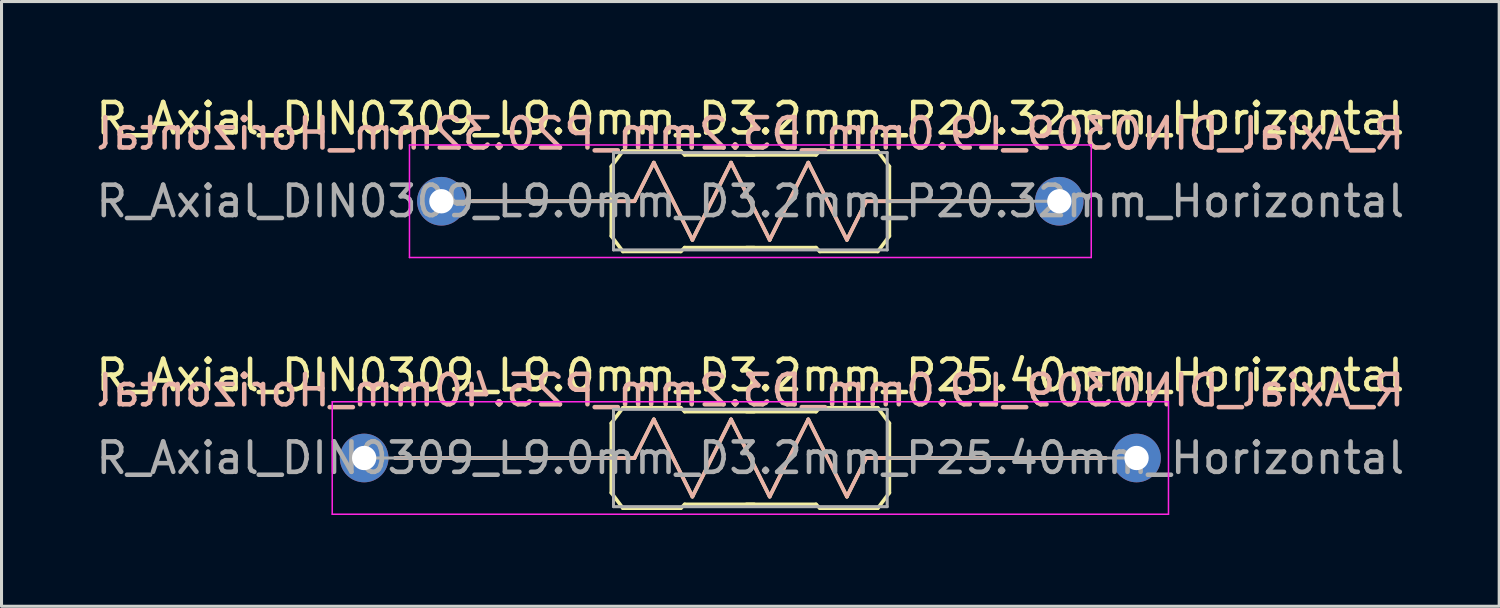
<source format=kicad_pcb>
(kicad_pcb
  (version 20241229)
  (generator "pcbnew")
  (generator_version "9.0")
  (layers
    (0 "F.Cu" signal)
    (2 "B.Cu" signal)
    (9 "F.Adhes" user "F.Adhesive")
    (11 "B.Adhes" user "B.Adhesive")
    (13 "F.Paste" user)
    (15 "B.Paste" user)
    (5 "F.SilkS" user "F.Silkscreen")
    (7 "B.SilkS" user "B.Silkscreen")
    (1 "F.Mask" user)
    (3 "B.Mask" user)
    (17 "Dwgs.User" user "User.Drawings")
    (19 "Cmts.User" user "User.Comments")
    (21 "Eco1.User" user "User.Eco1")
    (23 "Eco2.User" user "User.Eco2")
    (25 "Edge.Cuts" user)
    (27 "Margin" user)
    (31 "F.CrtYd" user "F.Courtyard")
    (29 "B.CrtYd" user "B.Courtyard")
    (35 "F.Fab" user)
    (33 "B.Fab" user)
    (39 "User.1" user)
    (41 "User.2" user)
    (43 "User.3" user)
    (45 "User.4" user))
  (footprint "R_Axial_DIN0309_L9.0mm_D3.2mm_P25.40mm_Horizontal"
    (layer "F.Cu")
    (at 8.925 12.011)
    (property "Reference" "R_Axial_DIN0309_L9.0mm_D3.2mm_P25.40mm_Horizontal" (at 12.7 -2.72 0) (layer "F.SilkS") (effects (font (size 1 1) (thickness 0.15))))
    (attr through_hole)
    (fp_line (start 8.128 -1.143) (end 8.509 -1.651) (stroke (width 0.12) (type solid)) (layer "F.SilkS"))
    (fp_line (start 8.128 0) (end 1.016 0) (stroke (width 0.12) (type solid)) (layer "F.SilkS"))
    (fp_line (start 8.128 1.143) (end 8.128 -1.143) (stroke (width 0.12) (type solid)) (layer "F.SilkS"))
    (fp_line (start 8.128 1.143) (end 8.509 1.651) (stroke (width 0.12) (type solid)) (layer "F.SilkS"))
    (fp_line (start 8.509 -1.651) (end 10.414 -1.651) (stroke (width 0.12) (type solid)) (layer "F.SilkS"))
    (fp_line (start 8.509 1.651) (end 10.414 1.651) (stroke (width 0.12) (type solid)) (layer "F.SilkS"))
    (fp_line (start 8.89 0) (end 8.128 0) (stroke (width 0.12) (type solid)) (layer "F.SilkS"))
    (fp_line (start 8.89 0) (end 9.525 -1.27) (stroke (width 0.12) (type solid)) (layer "F.SilkS"))
    (fp_line (start 9.525 -1.27) (end 10.795 1.27) (stroke (width 0.12) (type solid)) (layer "F.SilkS"))
    (fp_line (start 10.414 -1.651) (end 10.541 -1.524) (stroke (width 0.12) (type solid)) (layer "F.SilkS"))
    (fp_line (start 10.414 1.651) (end 10.541 1.524) (stroke (width 0.12) (type solid)) (layer "F.SilkS"))
    (fp_line (start 10.541 -1.524) (end 12.827 -1.524) (stroke (width 0.12) (type solid)) (layer "F.SilkS"))
    (fp_line (start 10.541 1.524) (end 12.827 1.524) (stroke (width 0.12) (type solid)) (layer "F.SilkS"))
    (fp_line (start 10.795 1.27) (end 12.065 -1.27) (stroke (width 0.12) (type solid)) (layer "F.SilkS"))
    (fp_line (start 12.065 -1.27) (end 13.335 1.27) (stroke (width 0.12) (type solid)) (layer "F.SilkS"))
    (fp_line (start 13.335 1.27) (end 14.605 -1.27) (stroke (width 0.12) (type solid)) (layer "F.SilkS"))
    (fp_line (start 14.605 -1.27) (end 15.875 1.27) (stroke (width 0.12) (type solid)) (layer "F.SilkS"))
    (fp_line (start 14.859 -1.524) (end 12.573 -1.524) (stroke (width 0.12) (type solid)) (layer "F.SilkS"))
    (fp_line (start 14.859 1.524) (end 12.573 1.524) (stroke (width 0.12) (type solid)) (layer "F.SilkS"))
    (fp_line (start 14.986 -1.651) (end 14.859 -1.524) (stroke (width 0.12) (type solid)) (layer "F.SilkS"))
    (fp_line (start 14.986 1.651) (end 14.859 1.524) (stroke (width 0.12) (type solid)) (layer "F.SilkS"))
    (fp_line (start 15.875 1.27) (end 16.51 0) (stroke (width 0.12) (type solid)) (layer "F.SilkS"))
    (fp_line (start 16.51 0) (end 17.272 0) (stroke (width 0.12) (type solid)) (layer "F.SilkS"))
    (fp_line (start 16.891 -1.651) (end 14.986 -1.651) (stroke (width 0.12) (type solid)) (layer "F.SilkS"))
    (fp_line (start 16.891 1.651) (end 14.986 1.651) (stroke (width 0.12) (type solid)) (layer "F.SilkS"))
    (fp_line (start 17.272 -1.143) (end 16.891 -1.651) (stroke (width 0.12) (type solid)) (layer "F.SilkS"))
    (fp_line (start 17.272 0) (end 24.384 0) (stroke (width 0.12) (type solid)) (layer "F.SilkS"))
    (fp_line (start 17.272 1.143) (end 16.891 1.651) (stroke (width 0.12) (type solid)) (layer "F.SilkS"))
    (fp_line (start 17.272 1.143) (end 17.272 -1.143) (stroke (width 0.12) (type solid)) (layer "F.SilkS"))
    (fp_line (start 1.016 0) (end 8.89 0) (stroke (width 0.12) (type solid)) (layer "B.SilkS"))
    (fp_line (start 8.89 0) (end 9.525 -1.27) (stroke (width 0.12) (type solid)) (layer "B.SilkS"))
    (fp_line (start 9.525 -1.27) (end 10.795 1.27) (stroke (width 0.12) (type solid)) (layer "B.SilkS"))
    (fp_line (start 10.795 1.27) (end 12.065 -1.27) (stroke (width 0.12) (type solid)) (layer "B.SilkS"))
    (fp_line (start 12.065 -1.27) (end 13.335 1.27) (stroke (width 0.12) (type solid)) (layer "B.SilkS"))
    (fp_line (start 13.335 1.27) (end 14.605 -1.27) (stroke (width 0.12) (type solid)) (layer "B.SilkS"))
    (fp_line (start 14.605 -1.27) (end 15.875 1.27) (stroke (width 0.12) (type solid)) (layer "B.SilkS"))
    (fp_line (start 15.875 1.27) (end 16.51 0) (stroke (width 0.12) (type solid)) (layer "B.SilkS"))
    (fp_line (start 16.51 0) (end 24.384 0) (stroke (width 0.12) (type solid)) (layer "B.SilkS"))
    (fp_line (start -1.05 -1.85) (end -1.05 1.85) (stroke (width 0.05) (type solid)) (layer "F.CrtYd"))
    (fp_line (start -1.05 1.85) (end 26.45 1.85) (stroke (width 0.05) (type solid)) (layer "F.CrtYd"))
    (fp_line (start 26.45 -1.85) (end -1.05 -1.85) (stroke (width 0.05) (type solid)) (layer "F.CrtYd"))
    (fp_line (start 26.45 1.85) (end 26.45 -1.85) (stroke (width 0.05) (type solid)) (layer "F.CrtYd"))
    (fp_line (start 0 0) (end 8.2 0) (stroke (width 0.1) (type solid)) (layer "F.Fab"))
    (fp_line (start 8.2 -1.6) (end 8.2 1.6) (stroke (width 0.1) (type solid)) (layer "F.Fab"))
    (fp_line (start 8.2 1.6) (end 17.2 1.6) (stroke (width 0.1) (type solid)) (layer "F.Fab"))
    (fp_line (start 17.2 -1.6) (end 8.2 -1.6) (stroke (width 0.1) (type solid)) (layer "F.Fab"))
    (fp_line (start 17.2 1.6) (end 17.2 -1.6) (stroke (width 0.1) (type solid)) (layer "F.Fab"))
    (fp_line (start 25.4 0) (end 17.2 0) (stroke (width 0.1) (type solid)) (layer "F.Fab"))
    (fp_text user "${REFERENCE}" (at 12.7 -2.223 0) (unlocked yes) (layer "B.SilkS") (effects (font (size 1 1) (thickness 0.15)) (justify mirror)))
    (fp_text user "${REFERENCE}" (at 12.7 0 0) (layer "F.Fab") (effects (font (size 1 1) (thickness 0.15))))
    (pad "1" thru_hole circle (at 0 0) (size 1.6 1.6) (drill 0.8) (layers "*.Cu" "*.Mask"))
    (pad "2" thru_hole oval (at 25.4 0) (size 1.6 1.6) (drill 0.8) (layers "*.Cu" "*.Mask")))
  (footprint "R_Axial_DIN0309_L9.0mm_D3.2mm_P20.32mm_Horizontal"
    (layer "F.Cu")
    (at 11.465 3.568)
    (property "Reference" "R_Axial_DIN0309_L9.0mm_D3.2mm_P20.32mm_Horizontal" (at 10.16 -2.72 0) (layer "F.SilkS") (effects (font (size 1 1) (thickness 0.15))))
    (attr through_hole)
    (fp_line (start 5.588 -1.143) (end 5.969 -1.651) (stroke (width 0.12) (type solid)) (layer "F.SilkS"))
    (fp_line (start 5.588 0) (end 1.016 0) (stroke (width 0.12) (type solid)) (layer "F.SilkS"))
    (fp_line (start 5.588 1.143) (end 5.588 -1.143) (stroke (width 0.12) (type solid)) (layer "F.SilkS"))
    (fp_line (start 5.588 1.143) (end 5.969 1.651) (stroke (width 0.12) (type solid)) (layer "F.SilkS"))
    (fp_line (start 5.969 -1.651) (end 7.874 -1.651) (stroke (width 0.12) (type solid)) (layer "F.SilkS"))
    (fp_line (start 5.969 1.651) (end 7.874 1.651) (stroke (width 0.12) (type solid)) (layer "F.SilkS"))
    (fp_line (start 6.35 0) (end 5.588 0) (stroke (width 0.12) (type solid)) (layer "F.SilkS"))
    (fp_line (start 6.35 0) (end 6.985 -1.27) (stroke (width 0.12) (type solid)) (layer "F.SilkS"))
    (fp_line (start 6.985 -1.27) (end 8.255 1.27) (stroke (width 0.12) (type solid)) (layer "F.SilkS"))
    (fp_line (start 7.874 -1.651) (end 8.001 -1.524) (stroke (width 0.12) (type solid)) (layer "F.SilkS"))
    (fp_line (start 7.874 1.651) (end 8.001 1.524) (stroke (width 0.12) (type solid)) (layer "F.SilkS"))
    (fp_line (start 8.001 -1.524) (end 10.287 -1.524) (stroke (width 0.12) (type solid)) (layer "F.SilkS"))
    (fp_line (start 8.001 1.524) (end 10.287 1.524) (stroke (width 0.12) (type solid)) (layer "F.SilkS"))
    (fp_line (start 8.255 1.27) (end 9.525 -1.27) (stroke (width 0.12) (type solid)) (layer "F.SilkS"))
    (fp_line (start 9.525 -1.27) (end 10.795 1.27) (stroke (width 0.12) (type solid)) (layer "F.SilkS"))
    (fp_line (start 10.795 1.27) (end 12.065 -1.27) (stroke (width 0.12) (type solid)) (layer "F.SilkS"))
    (fp_line (start 12.065 -1.27) (end 13.335 1.27) (stroke (width 0.12) (type solid)) (layer "F.SilkS"))
    (fp_line (start 12.319 -1.524) (end 10.033 -1.524) (stroke (width 0.12) (type solid)) (layer "F.SilkS"))
    (fp_line (start 12.319 1.524) (end 10.033 1.524) (stroke (width 0.12) (type solid)) (layer "F.SilkS"))
    (fp_line (start 12.446 -1.651) (end 12.319 -1.524) (stroke (width 0.12) (type solid)) (layer "F.SilkS"))
    (fp_line (start 12.446 1.651) (end 12.319 1.524) (stroke (width 0.12) (type solid)) (layer "F.SilkS"))
    (fp_line (start 13.335 1.27) (end 13.97 0) (stroke (width 0.12) (type solid)) (layer "F.SilkS"))
    (fp_line (start 13.97 0) (end 14.732 0) (stroke (width 0.12) (type solid)) (layer "F.SilkS"))
    (fp_line (start 14.351 -1.651) (end 12.446 -1.651) (stroke (width 0.12) (type solid)) (layer "F.SilkS"))
    (fp_line (start 14.351 1.651) (end 12.446 1.651) (stroke (width 0.12) (type solid)) (layer "F.SilkS"))
    (fp_line (start 14.732 -1.143) (end 14.351 -1.651) (stroke (width 0.12) (type solid)) (layer "F.SilkS"))
    (fp_line (start 14.732 0) (end 19.304 0) (stroke (width 0.12) (type solid)) (layer "F.SilkS"))
    (fp_line (start 14.732 1.143) (end 14.351 1.651) (stroke (width 0.12) (type solid)) (layer "F.SilkS"))
    (fp_line (start 14.732 1.143) (end 14.732 -1.143) (stroke (width 0.12) (type solid)) (layer "F.SilkS"))
    (fp_line (start 1.016 0) (end 6.35 0) (stroke (width 0.12) (type solid)) (layer "B.SilkS"))
    (fp_line (start 6.35 0) (end 6.985 -1.27) (stroke (width 0.12) (type solid)) (layer "B.SilkS"))
    (fp_line (start 6.985 -1.27) (end 8.255 1.27) (stroke (width 0.12) (type solid)) (layer "B.SilkS"))
    (fp_line (start 8.255 1.27) (end 9.525 -1.27) (stroke (width 0.12) (type solid)) (layer "B.SilkS"))
    (fp_line (start 9.525 -1.27) (end 10.795 1.27) (stroke (width 0.12) (type solid)) (layer "B.SilkS"))
    (fp_line (start 10.795 1.27) (end 12.065 -1.27) (stroke (width 0.12) (type solid)) (layer "B.SilkS"))
    (fp_line (start 12.065 -1.27) (end 13.335 1.27) (stroke (width 0.12) (type solid)) (layer "B.SilkS"))
    (fp_line (start 13.335 1.27) (end 13.97 0) (stroke (width 0.12) (type solid)) (layer "B.SilkS"))
    (fp_line (start 13.97 0) (end 19.304 0) (stroke (width 0.12) (type solid)) (layer "B.SilkS"))
    (fp_line (start -1.05 -1.85) (end -1.05 1.85) (stroke (width 0.05) (type solid)) (layer "F.CrtYd"))
    (fp_line (start -1.05 1.85) (end 21.37 1.85) (stroke (width 0.05) (type solid)) (layer "F.CrtYd"))
    (fp_line (start 21.37 -1.85) (end -1.05 -1.85) (stroke (width 0.05) (type solid)) (layer "F.CrtYd"))
    (fp_line (start 21.37 1.85) (end 21.37 -1.85) (stroke (width 0.05) (type solid)) (layer "F.CrtYd"))
    (fp_line (start 0 0) (end 5.66 0) (stroke (width 0.1) (type solid)) (layer "F.Fab"))
    (fp_line (start 5.66 -1.6) (end 5.66 1.6) (stroke (width 0.1) (type solid)) (layer "F.Fab"))
    (fp_line (start 5.66 1.6) (end 14.66 1.6) (stroke (width 0.1) (type solid)) (layer "F.Fab"))
    (fp_line (start 14.66 -1.6) (end 5.66 -1.6) (stroke (width 0.1) (type solid)) (layer "F.Fab"))
    (fp_line (start 14.66 1.6) (end 14.66 -1.6) (stroke (width 0.1) (type solid)) (layer "F.Fab"))
    (fp_line (start 20.32 0) (end 14.66 0) (stroke (width 0.1) (type solid)) (layer "F.Fab"))
    (fp_text user "${REFERENCE}" (at 10.16 -2.223 0) (unlocked yes) (layer "B.SilkS") (effects (font (size 1 1) (thickness 0.15)) (justify mirror)))
    (fp_text user "${REFERENCE}" (at 10.16 0 0) (layer "F.Fab") (effects (font (size 1 1) (thickness 0.15))))
    (pad "1" thru_hole circle (at 0 0) (size 1.6 1.6) (drill 0.8) (layers "*.Cu" "*.Mask"))
    (pad "2" thru_hole oval (at 20.32 0) (size 1.6 1.6) (drill 0.8) (layers "*.Cu" "*.Mask")))
  (gr_rect
    (start -3 -3)
    (end 46.25 16.887)
    (stroke (width 0.1) (type default))
    (fill no)
    (layer "Edge.Cuts")))
</source>
